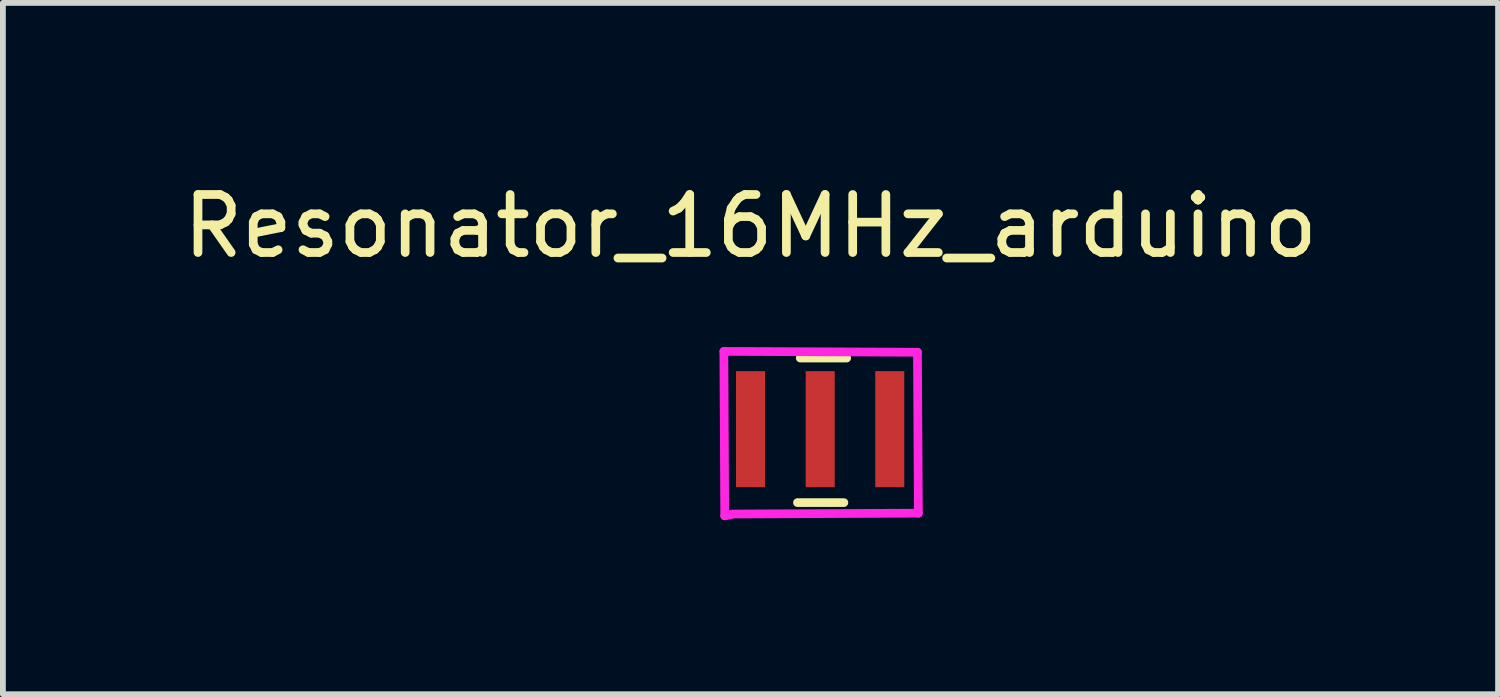
<source format=kicad_pcb>
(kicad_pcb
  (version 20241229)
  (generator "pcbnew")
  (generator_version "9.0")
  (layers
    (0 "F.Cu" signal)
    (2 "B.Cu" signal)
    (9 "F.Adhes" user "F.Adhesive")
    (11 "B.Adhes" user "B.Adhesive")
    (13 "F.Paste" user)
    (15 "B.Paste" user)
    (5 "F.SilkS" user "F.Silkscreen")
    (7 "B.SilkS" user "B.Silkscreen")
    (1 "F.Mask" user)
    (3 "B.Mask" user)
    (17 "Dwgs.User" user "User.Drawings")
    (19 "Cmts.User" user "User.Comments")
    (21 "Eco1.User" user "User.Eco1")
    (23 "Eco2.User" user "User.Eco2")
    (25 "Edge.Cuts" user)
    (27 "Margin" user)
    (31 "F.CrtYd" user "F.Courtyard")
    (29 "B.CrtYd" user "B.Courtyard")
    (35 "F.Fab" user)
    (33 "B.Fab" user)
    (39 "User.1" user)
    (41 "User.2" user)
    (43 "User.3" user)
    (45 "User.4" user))
  (footprint "Resonator_16MHz_arduino"
    (layer "F.Cu")
    (at 12.387 4.348)
    (property "Reference" "Resonator_16MHz_arduino" (at -2.5 -3.5 0) (layer "F.SilkS") (effects (font (size 1 1) (thickness 0.15))))
    (attr smd)
    (fp_line (start -1.69 1.266) (end -0.89 1.266) (stroke (width 0.15) (type solid)) (layer "F.SilkS"))
    (fp_line (start -0.842 -1.226) (end -1.642 -1.226) (stroke (width 0.15) (type solid)) (layer "F.SilkS"))
    (fp_line (start -2.959 -1.341) (end -2.944 1.494) (stroke (width 0.15) (type solid)) (layer "F.CrtYd"))
    (fp_line (start -2.944 1.494) (end -2.852 1.478) (stroke (width 0.15) (type solid)) (layer "F.CrtYd"))
    (fp_line (start -2.822 1.463) (end 0.394 1.448) (stroke (width 0.15) (type solid)) (layer "F.CrtYd"))
    (fp_line (start 0.378 -1.326) (end -2.959 -1.341) (stroke (width 0.15) (type solid)) (layer "F.CrtYd"))
    (fp_line (start 0.394 1.448) (end 0.378 -1.326) (stroke (width 0.15) (type solid)) (layer "F.CrtYd"))
    (pad "1" smd rect (at -2.5 0) (size 0.5 2) (layers "F.Cu" "F.Mask" "F.Paste"))
    (pad "2" smd rect (at -1.298 0) (size 0.5 2) (layers "F.Cu" "F.Mask" "F.Paste"))
    (pad "3" smd rect (at -0.099 0) (size 0.5 2) (layers "F.Cu" "F.Mask" "F.Paste")))
  (gr_rect
    (start -3 -3)
    (end 22.774 8.917)
    (stroke (width 0.1) (type default))
    (fill no)
    (layer "Edge.Cuts")))
</source>
